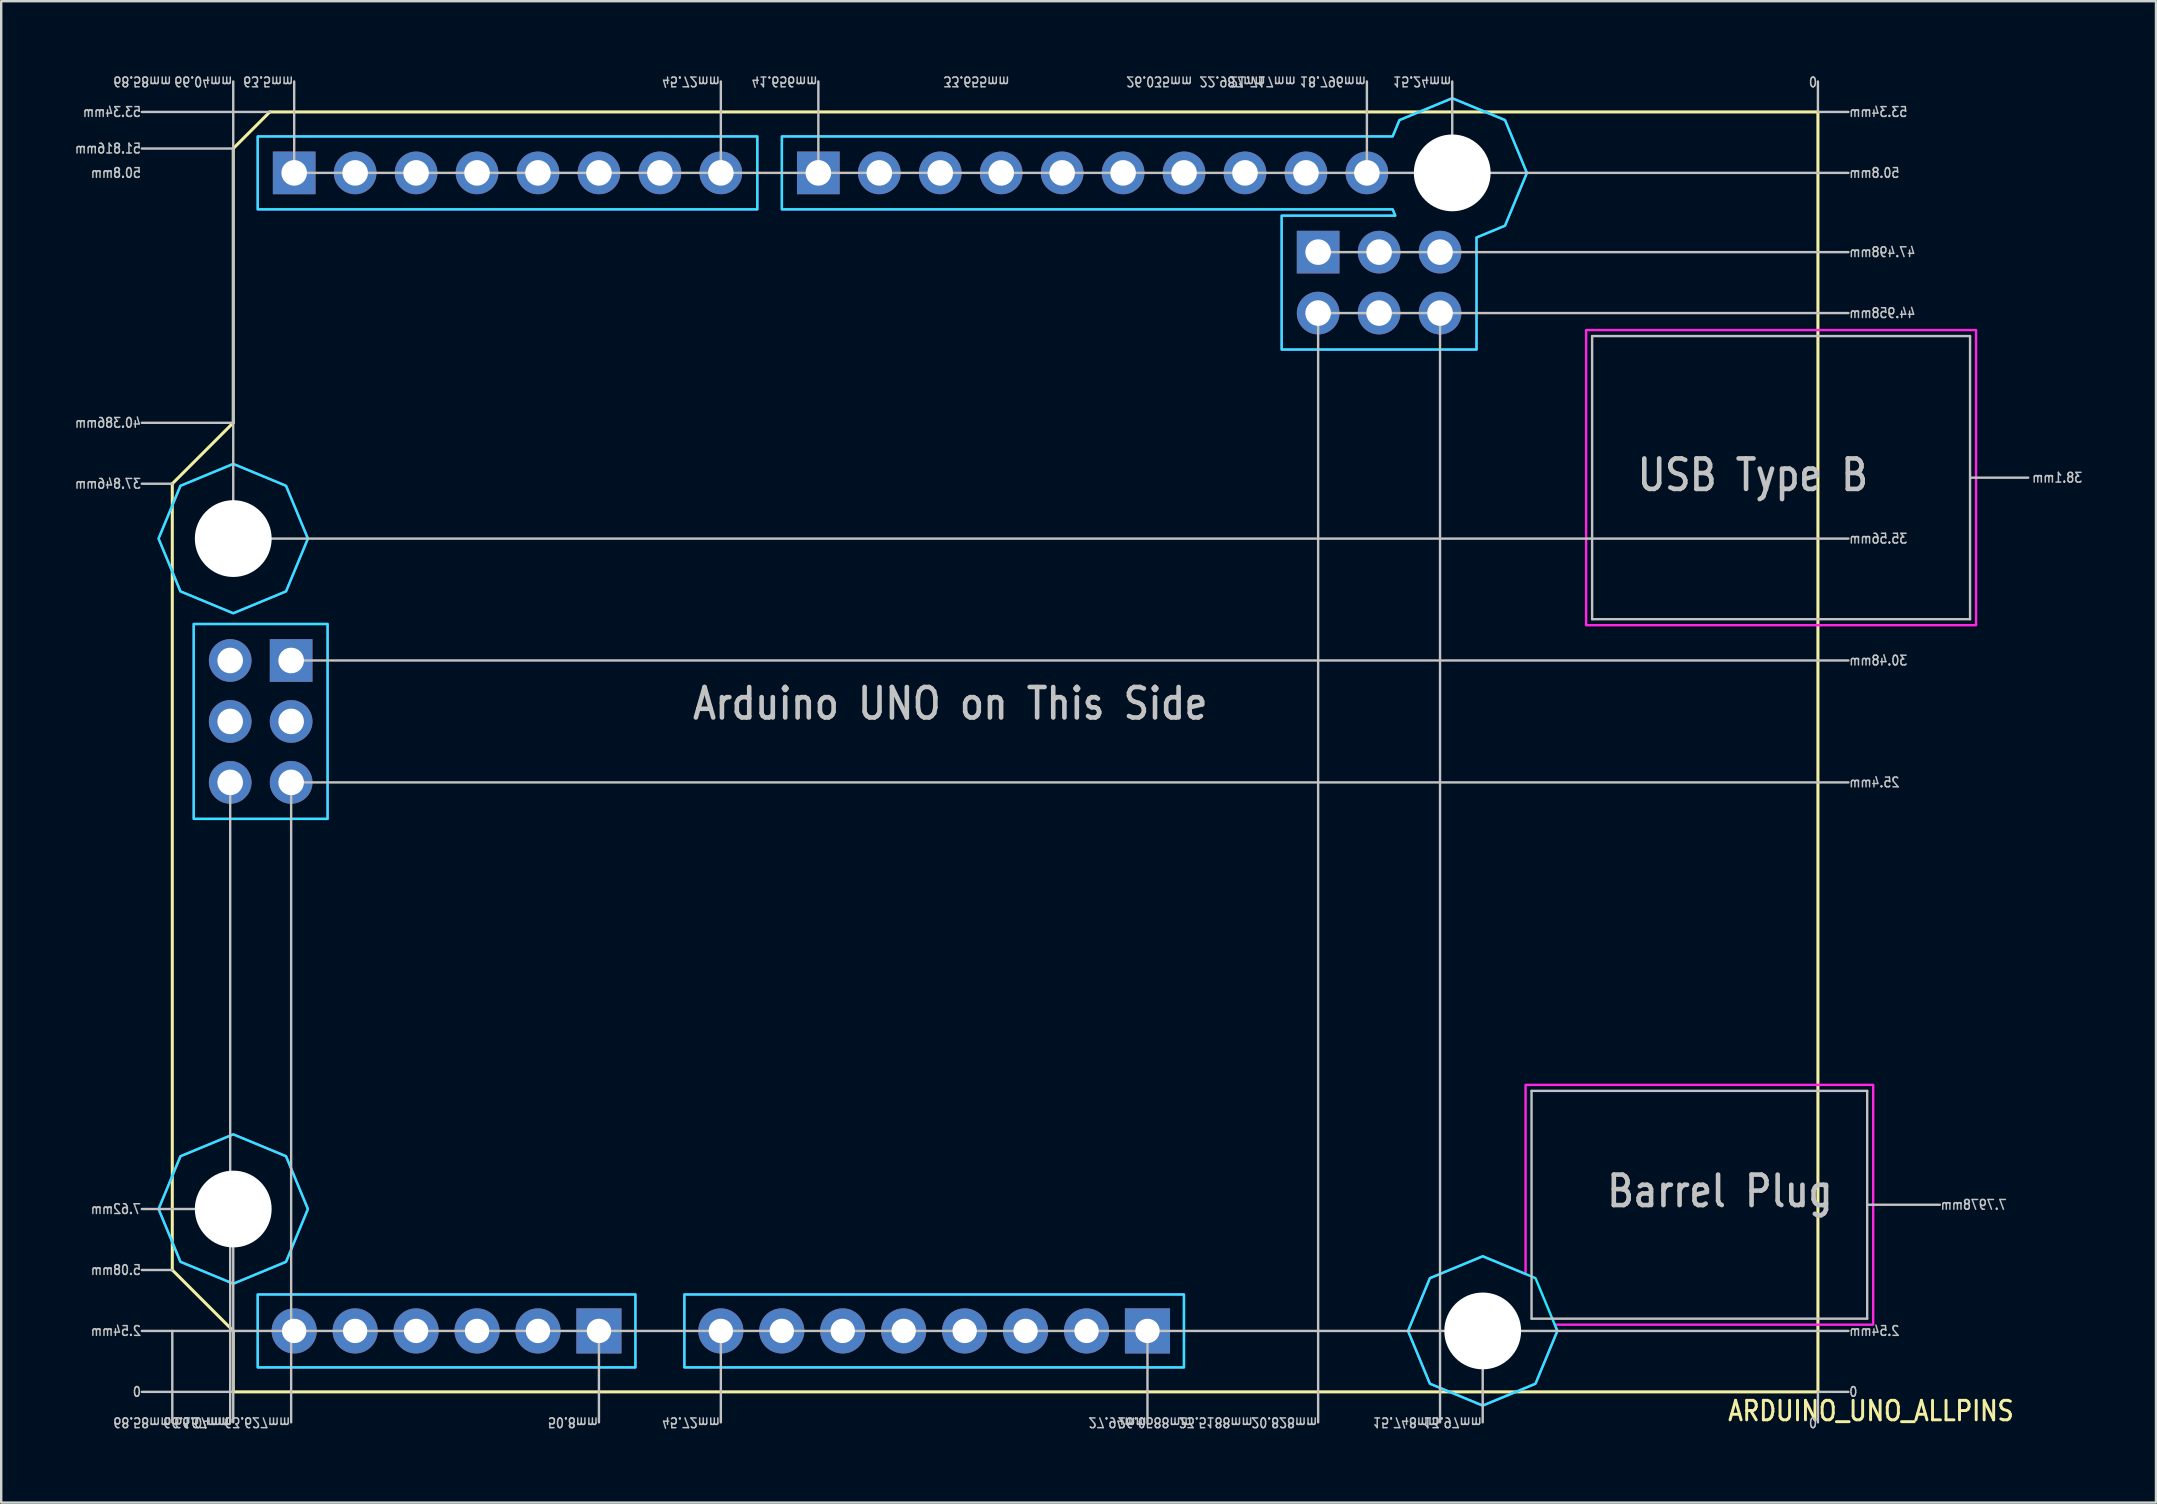
<source format=kicad_pcb>
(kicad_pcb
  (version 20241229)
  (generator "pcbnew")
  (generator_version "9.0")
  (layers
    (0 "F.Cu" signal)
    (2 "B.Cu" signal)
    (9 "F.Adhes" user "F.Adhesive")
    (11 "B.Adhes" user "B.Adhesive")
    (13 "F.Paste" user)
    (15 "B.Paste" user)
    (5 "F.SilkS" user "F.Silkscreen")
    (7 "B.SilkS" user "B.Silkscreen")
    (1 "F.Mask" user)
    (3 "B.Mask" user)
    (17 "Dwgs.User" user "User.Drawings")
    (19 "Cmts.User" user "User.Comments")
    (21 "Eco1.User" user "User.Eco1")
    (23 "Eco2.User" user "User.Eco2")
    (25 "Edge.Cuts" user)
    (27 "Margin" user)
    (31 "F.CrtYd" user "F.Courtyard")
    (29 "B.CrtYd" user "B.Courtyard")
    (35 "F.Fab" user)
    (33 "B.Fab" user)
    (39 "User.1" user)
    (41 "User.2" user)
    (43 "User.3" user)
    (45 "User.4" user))
  (footprint "ARDUINO_UNO_ALLPINS"
    (layer "F.Cu")
    (at 72.71 54.955)
    (property "Reference" "ARDUINO_UNO_ALLPINS" (at -3.81 1.27 0) (unlocked yes) (layer "F.SilkS") (effects (font (size 0.813 0.695) (thickness 0.122)) (justify left bottom)))
    (fp_circle (center -66.04 -35.56) (end -63.19 -35.56) (stroke (width 0) (type solid)) (fill yes) (layer "F.Mask"))
    (fp_circle (center -66.04 -35.56) (end -63.19 -35.56) (stroke (width 0) (type solid)) (fill yes) (layer "F.Mask"))
    (fp_circle (center -66.04 -7.62) (end -63.19 -7.62) (stroke (width 0) (type solid)) (fill yes) (layer "F.Mask"))
    (fp_circle (center -66.04 -7.62) (end -63.19 -7.62) (stroke (width 0) (type solid)) (fill yes) (layer "F.Mask"))
    (fp_circle (center -15.24 -50.8) (end -12.39 -50.8) (stroke (width 0) (type solid)) (fill yes) (layer "F.Mask"))
    (fp_circle (center -15.24 -50.8) (end -12.39 -50.8) (stroke (width 0) (type solid)) (fill yes) (layer "F.Mask"))
    (fp_circle (center -13.97 -2.54) (end -11.12 -2.54) (stroke (width 0) (type solid)) (fill yes) (layer "F.Mask"))
    (fp_circle (center -13.97 -2.54) (end -11.12 -2.54) (stroke (width 0) (type solid)) (fill yes) (layer "F.Mask"))
    (fp_circle (center -66.04 -35.56) (end -63.19 -35.56) (stroke (width 0) (type solid)) (fill yes) (layer "B.Mask"))
    (fp_circle (center -66.04 -7.62) (end -63.19 -7.62) (stroke (width 0) (type solid)) (fill yes) (layer "B.Mask"))
    (fp_circle (center -15.24 -50.8) (end -12.39 -50.8) (stroke (width 0) (type solid)) (fill yes) (layer "B.Mask"))
    (fp_circle (center -13.97 -2.54) (end -11.12 -2.54) (stroke (width 0) (type solid)) (fill yes) (layer "B.Mask"))
    (fp_line (start -68.58 -37.846) (end -68.58 -5.08) (stroke (width 0.127) (type solid)) (layer "F.SilkS"))
    (fp_line (start -68.58 -5.08) (end -66.04 -2.54) (stroke (width 0.127) (type solid)) (layer "F.SilkS"))
    (fp_line (start -66.04 -51.816) (end -66.04 -40.386) (stroke (width 0.127) (type solid)) (layer "F.SilkS"))
    (fp_line (start -66.04 -40.386) (end -68.58 -37.846) (stroke (width 0.127) (type solid)) (layer "F.SilkS"))
    (fp_line (start -66.04 -2.54) (end -66.04 0) (stroke (width 0.127) (type solid)) (layer "F.SilkS"))
    (fp_line (start -66.04 0) (end 0 0) (stroke (width 0.127) (type solid)) (layer "F.SilkS"))
    (fp_line (start -64.516 -53.34) (end -66.04 -51.816) (stroke (width 0.127) (type solid)) (layer "F.SilkS"))
    (fp_line (start 0 -53.34) (end -64.516 -53.34) (stroke (width 0.127) (type solid)) (layer "F.SilkS"))
    (fp_line (start 0 0) (end 0 -53.34) (stroke (width 0.127) (type solid)) (layer "F.SilkS"))
    (fp_line (start -68.58 -37.846) (end -69.85 -37.846) (stroke (width 0.1) (type solid)) (layer "Dwgs.User"))
    (fp_line (start -68.58 -5.08) (end -69.85 -5.08) (stroke (width 0.1) (type solid)) (layer "Dwgs.User"))
    (fp_line (start -68.58 -2.54) (end -68.58 1.27) (stroke (width 0.1) (type solid)) (layer "Dwgs.User"))
    (fp_line (start -66.167 -25.4) (end -66.167 1.27) (stroke (width 0.1) (type solid)) (layer "Dwgs.User"))
    (fp_line (start -66.04 -51.816) (end -69.85 -51.816) (stroke (width 0.1) (type solid)) (layer "Dwgs.User"))
    (fp_line (start -66.04 -40.386) (end -69.85 -40.386) (stroke (width 0.1) (type solid)) (layer "Dwgs.User"))
    (fp_line (start -66.04 -35.56) (end -66.04 -54.61) (stroke (width 0.1) (type solid)) (layer "Dwgs.User"))
    (fp_line (start -66.04 -35.56) (end 1.27 -35.56) (stroke (width 0.1) (type solid)) (layer "Dwgs.User"))
    (fp_line (start -66.04 -7.62) (end -69.85 -7.62) (stroke (width 0.1) (type solid)) (layer "Dwgs.User"))
    (fp_line (start -66.04 0) (end -69.85 0) (stroke (width 0.1) (type solid)) (layer "Dwgs.User"))
    (fp_line (start -66.04 1.27) (end -66.04 -7.62) (stroke (width 0.1) (type solid)) (layer "Dwgs.User"))
    (fp_line (start -64.516 -53.34) (end -69.85 -53.34) (stroke (width 0.1) (type solid)) (layer "Dwgs.User"))
    (fp_line (start -63.627 -25.4) (end -63.627 1.27) (stroke (width 0.1) (type solid)) (layer "Dwgs.User"))
    (fp_line (start -63.627 -25.4) (end 1.27 -25.4) (stroke (width 0.1) (type solid)) (layer "Dwgs.User"))
    (fp_line (start -63.5 -50.8) (end -63.5 -54.61) (stroke (width 0.1) (type solid)) (layer "Dwgs.User"))
    (fp_line (start -63.5 -50.8) (end -45.72 -50.8) (stroke (width 0.1) (type solid)) (layer "Dwgs.User"))
    (fp_line (start -63.5 -30.48) (end 1.27 -30.48) (stroke (width 0.1) (type solid)) (layer "Dwgs.User"))
    (fp_line (start -50.8 -2.54) (end -50.8 1.27) (stroke (width 0.1) (type solid)) (layer "Dwgs.User"))
    (fp_line (start -45.72 -50.8) (end -45.72 -54.61) (stroke (width 0.1) (type solid)) (layer "Dwgs.User"))
    (fp_line (start -45.72 -50.8) (end -41.656 -50.8) (stroke (width 0.1) (type solid)) (layer "Dwgs.User"))
    (fp_line (start -45.72 -2.54) (end -45.72 1.27) (stroke (width 0.1) (type solid)) (layer "Dwgs.User"))
    (fp_line (start -41.656 -50.8) (end -41.656 -54.61) (stroke (width 0.1) (type solid)) (layer "Dwgs.User"))
    (fp_line (start -41.656 -50.8) (end -18.796 -50.8) (stroke (width 0.1) (type solid)) (layer "Dwgs.User"))
    (fp_line (start -27.94 -2.54) (end -27.94 1.27) (stroke (width 0.1) (type solid)) (layer "Dwgs.User"))
    (fp_line (start -20.828 -47.498) (end 1.27 -47.498) (stroke (width 0.1) (type solid)) (layer "Dwgs.User"))
    (fp_line (start -20.828 -44.958) (end -20.828 1.27) (stroke (width 0.1) (type solid)) (layer "Dwgs.User"))
    (fp_line (start -20.828 -44.958) (end -15.748 -44.958) (stroke (width 0.1) (type solid)) (layer "Dwgs.User"))
    (fp_line (start -18.796 -50.8) (end -18.796 -54.61) (stroke (width 0.1) (type solid)) (layer "Dwgs.User"))
    (fp_line (start -18.796 -50.8) (end -15.24 -50.8) (stroke (width 0.1) (type solid)) (layer "Dwgs.User"))
    (fp_line (start -15.748 -44.958) (end -15.748 1.27) (stroke (width 0.1) (type solid)) (layer "Dwgs.User"))
    (fp_line (start -15.748 -44.958) (end 1.27 -44.958) (stroke (width 0.1) (type solid)) (layer "Dwgs.User"))
    (fp_line (start -15.24 -50.8) (end -15.24 -54.61) (stroke (width 0.1) (type solid)) (layer "Dwgs.User"))
    (fp_line (start -15.24 -50.8) (end 1.27 -50.8) (stroke (width 0.1) (type solid)) (layer "Dwgs.User"))
    (fp_line (start -13.97 -2.54) (end -69.85 -2.54) (stroke (width 0.1) (type solid)) (layer "Dwgs.User"))
    (fp_line (start -13.97 -2.54) (end -13.97 1.27) (stroke (width 0.1) (type solid)) (layer "Dwgs.User"))
    (fp_line (start -13.97 -2.54) (end 1.27 -2.54) (stroke (width 0.1) (type solid)) (layer "Dwgs.User"))
    (fp_line (start -11.934 -12.544) (end -11.934 -3.052) (stroke (width 0.1) (type solid)) (layer "Dwgs.User"))
    (fp_line (start -11.934 -3.052) (end 2.053 -3.052) (stroke (width 0.1) (type solid)) (layer "Dwgs.User"))
    (fp_line (start -9.41 -44) (end 6.34 -44) (stroke (width 0.1) (type solid)) (layer "Dwgs.User"))
    (fp_line (start -9.41 -32.2) (end -9.41 -44) (stroke (width 0.1) (type solid)) (layer "Dwgs.User"))
    (fp_line (start 0 -53.34) (end 0 -54.61) (stroke (width 0.1) (type solid)) (layer "Dwgs.User"))
    (fp_line (start 0 -53.34) (end 1.27 -53.34) (stroke (width 0.1) (type solid)) (layer "Dwgs.User"))
    (fp_line (start 0 0) (end 0 1.27) (stroke (width 0.1) (type solid)) (layer "Dwgs.User"))
    (fp_line (start 0 0) (end 1.27 0) (stroke (width 0.1) (type solid)) (layer "Dwgs.User"))
    (fp_line (start 2.053 -12.544) (end -11.934 -12.544) (stroke (width 0.1) (type solid)) (layer "Dwgs.User"))
    (fp_line (start 2.053 -7.798) (end 5.08 -7.798) (stroke (width 0.1) (type solid)) (layer "Dwgs.User"))
    (fp_line (start 2.053 -3.052) (end 2.053 -12.544) (stroke (width 0.1) (type solid)) (layer "Dwgs.User"))
    (fp_line (start 6.34 -44) (end 6.34 -32.2) (stroke (width 0.1) (type solid)) (layer "Dwgs.User"))
    (fp_line (start 6.34 -32.2) (end -9.41 -32.2) (stroke (width 0.1) (type solid)) (layer "Dwgs.User"))
    (fp_line (start 6.35 -38.1) (end 8.763 -38.1) (stroke (width 0.1) (type solid)) (layer "Dwgs.User"))
    (fp_poly (pts (xy -62.107 -32) (xy -67.687 -32) (xy -67.687 -23.88) (xy -62.107 -23.88)) (stroke (width 0.1) (type solid)) (fill no) (layer "B.CrtYd"))
    (fp_poly (pts (xy -49.28 -4.06) (xy -65.02 -4.06) (xy -65.02 -1.02) (xy -49.28 -1.02)) (stroke (width 0.1) (type solid)) (fill no) (layer "B.CrtYd"))
    (fp_poly (pts (xy -44.2 -52.32) (xy -65.02 -52.32) (xy -65.02 -49.28) (xy -44.2 -49.28)) (stroke (width 0.1) (type solid)) (fill no) (layer "B.CrtYd"))
    (fp_poly (pts (xy -26.42 -4.06) (xy -47.24 -4.06) (xy -47.24 -1.02) (xy -26.42 -1.02)) (stroke (width 0.1) (type solid)) (fill no) (layer "B.CrtYd"))
    (fp_poly (pts (xy -69.152 -35.56) (xy -68.24 -37.76) (xy -66.04 -38.672) (xy -63.84 -37.76) (xy -62.928 -35.56) (xy -63.84 -33.36) (xy -66.04 -32.448) (xy -68.24 -33.36)) (stroke (width 0.1) (type solid)) (fill no) (layer "B.CrtYd"))
    (fp_poly (pts (xy -69.152 -7.62) (xy -68.24 -9.82) (xy -66.04 -10.732) (xy -63.84 -9.82) (xy -62.928 -7.62) (xy -63.84 -5.42) (xy -66.04 -4.508) (xy -68.24 -5.42)) (stroke (width 0.1) (type solid)) (fill no) (layer "B.CrtYd"))
    (fp_poly (pts (xy -17.082 -2.54) (xy -16.17 -4.74) (xy -13.97 -5.652) (xy -11.77 -4.74) (xy -10.858 -2.54) (xy -11.77 -0.34) (xy -13.97 0.572) (xy -16.17 -0.34)) (stroke (width 0.1) (type solid)) (fill no) (layer "B.CrtYd"))
    (fp_poly (pts (xy -17.722 -52.32) (xy -17.44 -53) (xy -15.24 -53.912) (xy -13.04 -53) (xy -12.128 -50.8) (xy -13.04 -48.6) (xy -14.228 -48.107) (xy -14.228 -43.438) (xy -22.348 -43.438) (xy -22.348 -49.018) (xy -17.614 -49.018) (xy -17.722 -49.28) (xy -43.176 -49.28) (xy -43.176 -52.32)) (stroke (width 0.1) (type solid)) (fill no) (layer "B.CrtYd"))
    (fp_poly (pts (xy -62.107 -32) (xy -67.687 -32) (xy -67.687 -23.88) (xy -62.107 -23.88)) (stroke (width 0.1) (type solid)) (fill no) (layer "F.CrtYd"))
    (fp_poly (pts (xy -49.28 -4.06) (xy -65.02 -4.06) (xy -65.02 -1.02) (xy -49.28 -1.02)) (stroke (width 0.1) (type solid)) (fill no) (layer "F.CrtYd"))
    (fp_poly (pts (xy -44.2 -52.32) (xy -65.02 -52.32) (xy -65.02 -49.28) (xy -44.2 -49.28)) (stroke (width 0.1) (type solid)) (fill no) (layer "F.CrtYd"))
    (fp_poly (pts (xy -26.42 -4.06) (xy -47.24 -4.06) (xy -47.24 -1.02) (xy -26.42 -1.02)) (stroke (width 0.1) (type solid)) (fill no) (layer "F.CrtYd"))
    (fp_poly (pts (xy 6.59 -44.25) (xy -9.66 -44.25) (xy -9.66 -31.95) (xy 6.59 -31.95)) (stroke (width 0.1) (type solid)) (fill no) (layer "F.CrtYd"))
    (fp_poly (pts (xy -69.152 -35.56) (xy -68.24 -37.76) (xy -66.04 -38.672) (xy -63.84 -37.76) (xy -62.928 -35.56) (xy -63.84 -33.36) (xy -66.04 -32.448) (xy -68.24 -33.36)) (stroke (width 0.1) (type solid)) (fill no) (layer "F.CrtYd"))
    (fp_poly (pts (xy -69.152 -7.62) (xy -68.24 -9.82) (xy -66.04 -10.732) (xy -63.84 -9.82) (xy -62.928 -7.62) (xy -63.84 -5.42) (xy -66.04 -4.508) (xy -68.24 -5.42)) (stroke (width 0.1) (type solid)) (fill no) (layer "F.CrtYd"))
    (fp_poly (pts (xy -17.082 -2.54) (xy -16.17 -4.74) (xy -13.97 -5.652) (xy -12.184 -4.912) (xy -12.184 -12.794) (xy 2.303 -12.794) (xy 2.303 -2.802) (xy -10.967 -2.802) (xy -10.858 -2.54) (xy -11.77 -0.34) (xy -13.97 0.572) (xy -16.17 -0.34)) (stroke (width 0.1) (type solid)) (fill no) (layer "F.CrtYd"))
    (fp_poly (pts (xy -17.722 -52.32) (xy -17.44 -53) (xy -15.24 -53.912) (xy -13.04 -53) (xy -12.128 -50.8) (xy -13.04 -48.6) (xy -14.228 -48.107) (xy -14.228 -43.438) (xy -22.348 -43.438) (xy -22.348 -49.018) (xy -17.614 -49.018) (xy -17.722 -49.28) (xy -43.176 -49.28) (xy -43.176 -52.32)) (stroke (width 0.1) (type solid)) (fill no) (layer "F.CrtYd"))
    (fp_text user "68.58mm" (at -68.58 1.27 180) (unlocked yes) (layer "Dwgs.User") (effects (font (size 0.406 0.347) (thickness 0.061)) (justify right mirror)))
    (fp_text user "18.796mm" (at -18.796 -54.61 180) (unlocked yes) (layer "Dwgs.User") (effects (font (size 0.406 0.347) (thickness 0.061)) (justify right mirror)))
    (fp_text user "38.1mm" (at 8.89 -38.1 0) (unlocked yes) (layer "Dwgs.User") (effects (font (size 0.406 0.347) (thickness 0.061)) (justify right mirror)))
    (fp_text user "66.04mm" (at -66.04 -54.61 180) (unlocked yes) (layer "Dwgs.User") (effects (font (size 0.406 0.347) (thickness 0.061)) (justify right mirror)))
    (fp_text user "0" (at 1.27 0 0) (unlocked yes) (layer "Dwgs.User") (effects (font (size 0.406 0.347) (thickness 0.061)) (justify right mirror)))
    (fp_text user "33.655mm" (at -33.655 -54.61 180) (unlocked yes) (layer "Dwgs.User") (effects (font (size 0.406 0.347) (thickness 0.061)) (justify right mirror)))
    (fp_text user "50.8mm" (at 1.27 -50.8 0) (unlocked yes) (layer "Dwgs.User") (effects (font (size 0.406 0.347) (thickness 0.061)) (justify right mirror)))
    (fp_text user "20.828mm" (at -20.828 1.27 180) (unlocked yes) (layer "Dwgs.User") (effects (font (size 0.406 0.347) (thickness 0.061)) (justify right mirror)))
    (fp_text user "0" (at 0 -54.61 180) (unlocked yes) (layer "Dwgs.User") (effects (font (size 0.406 0.347) (thickness 0.061)) (justify right mirror)))
    (fp_text user "41.656mm" (at -41.656 -54.61 180) (unlocked yes) (layer "Dwgs.User") (effects (font (size 0.406 0.347) (thickness 0.061)) (justify right mirror)))
    (fp_text user "47.498mm" (at 1.27 -47.498 0) (unlocked yes) (layer "Dwgs.User") (effects (font (size 0.406 0.347) (thickness 0.061)) (justify right mirror)))
    (fp_text user "0" (at 0 1.27 180) (unlocked yes) (layer "Dwgs.User") (effects (font (size 0.406 0.347) (thickness 0.061)) (justify right mirror)))
    (fp_text user "USB Type B" (at -7.62 -37.465 0) (unlocked yes) (layer "Dwgs.User") (effects (font (size 1.27 1.086) (thickness 0.191)) (justify left bottom)))
    (fp_text user "35.56mm" (at 1.27 -35.56 0) (unlocked yes) (layer "Dwgs.User") (effects (font (size 0.406 0.347) (thickness 0.061)) (justify right mirror)))
    (fp_text user "0" (at -69.85 0 0) (unlocked yes) (layer "Dwgs.User") (effects (font (size 0.406 0.347) (thickness 0.061)) (justify left mirror)))
    (fp_text user "23.5188mm" (at -23.519 1.27 180) (unlocked yes) (layer "Dwgs.User") (effects (font (size 0.406 0.347) (thickness 0.061)) (justify right mirror)))
    (fp_text user "Arduino UNO on This Side" (at -46.99 -27.94 0) (unlocked yes) (layer "Dwgs.User") (effects (font (size 1.27 1.086) (thickness 0.191)) (justify left bottom)))
    (fp_text user "2.54mm" (at -69.85 -2.54 0) (unlocked yes) (layer "Dwgs.User") (effects (font (size 0.406 0.347) (thickness 0.061)) (justify left mirror)))
    (fp_text user "25.4mm" (at 1.27 -25.4 0) (unlocked yes) (layer "Dwgs.User") (effects (font (size 0.406 0.347) (thickness 0.061)) (justify right mirror)))
    (fp_text user "50.8mm" (at -69.85 -50.8 0) (unlocked yes) (layer "Dwgs.User") (effects (font (size 0.406 0.347) (thickness 0.061)) (justify left mirror)))
    (fp_text user "50.8mm" (at -50.8 1.27 180) (unlocked yes) (layer "Dwgs.User") (effects (font (size 0.406 0.347) (thickness 0.061)) (justify right mirror)))
    (fp_text user "15.24mm" (at -15.24 -54.61 180) (unlocked yes) (layer "Dwgs.User") (effects (font (size 0.406 0.347) (thickness 0.061)) (justify right mirror)))
    (fp_text user "68.58mm" (at -68.58 -54.61 180) (unlocked yes) (layer "Dwgs.User") (effects (font (size 0.406 0.347) (thickness 0.061)) (justify right mirror)))
    (fp_text user "63.627mm" (at -63.627 1.27 180) (unlocked yes) (layer "Dwgs.User") (effects (font (size 0.406 0.347) (thickness 0.061)) (justify right mirror)))
    (fp_text user "26.035mm" (at -26.035 -54.61 180) (unlocked yes) (layer "Dwgs.User") (effects (font (size 0.406 0.347) (thickness 0.061)) (justify right mirror)))
    (fp_text user "5.08mm" (at -69.85 -5.08 0) (unlocked yes) (layer "Dwgs.User") (effects (font (size 0.406 0.347) (thickness 0.061)) (justify left mirror)))
    (fp_text user "15.748mm" (at -15.748 1.27 180) (unlocked yes) (layer "Dwgs.User") (effects (font (size 0.406 0.347) (thickness 0.061)) (justify right mirror)))
    (fp_text user "21.717mm" (at -21.717 -54.61 180) (unlocked yes) (layer "Dwgs.User") (effects (font (size 0.406 0.347) (thickness 0.061)) (justify right mirror)))
    (fp_text user "2.54mm" (at 1.27 -2.54 0) (unlocked yes) (layer "Dwgs.User") (effects (font (size 0.406 0.347) (thickness 0.061)) (justify right mirror)))
    (fp_text user "51.816mm" (at -69.85 -51.816 0) (unlocked yes) (layer "Dwgs.User") (effects (font (size 0.406 0.347) (thickness 0.061)) (justify left mirror)))
    (fp_text user "53.34mm" (at 1.27 -53.34 0) (unlocked yes) (layer "Dwgs.User") (effects (font (size 0.406 0.347) (thickness 0.061)) (justify right mirror)))
    (fp_text user "22.987mm" (at -22.987 -54.61 180) (unlocked yes) (layer "Dwgs.User") (effects (font (size 0.406 0.347) (thickness 0.061)) (justify right mirror)))
    (fp_text user "44.958mm" (at 1.27 -44.958 0) (unlocked yes) (layer "Dwgs.User") (effects (font (size 0.406 0.347) (thickness 0.061)) (justify right mirror)))
    (fp_text user "66.167mm" (at -66.167 1.27 180) (unlocked yes) (layer "Dwgs.User") (effects (font (size 0.406 0.347) (thickness 0.061)) (justify right mirror)))
    (fp_text user "Barrel Plug" (at -8.89 -7.62 0) (unlocked yes) (layer "Dwgs.User") (effects (font (size 1.27 1.086) (thickness 0.191)) (justify left bottom)))
    (fp_text user "13.97mm" (at -13.97 1.27 180) (unlocked yes) (layer "Dwgs.User") (effects (font (size 0.406 0.347) (thickness 0.061)) (justify right mirror)))
    (fp_text user "40.386mm" (at -69.85 -40.386 0) (unlocked yes) (layer "Dwgs.User") (effects (font (size 0.406 0.347) (thickness 0.061)) (justify left mirror)))
    (fp_text user "37.846mm" (at -69.85 -37.846 0) (unlocked yes) (layer "Dwgs.User") (effects (font (size 0.406 0.347) (thickness 0.061)) (justify left mirror)))
    (fp_text user "30.48mm" (at 1.27 -30.48 0) (unlocked yes) (layer "Dwgs.User") (effects (font (size 0.406 0.347) (thickness 0.061)) (justify right mirror)))
    (fp_text user "53.34mm" (at -69.85 -53.34 0) (unlocked yes) (layer "Dwgs.User") (effects (font (size 0.406 0.347) (thickness 0.061)) (justify left mirror)))
    (fp_text user "26.0588mm" (at -26.059 1.27 180) (unlocked yes) (layer "Dwgs.User") (effects (font (size 0.406 0.347) (thickness 0.061)) (justify right mirror)))
    (fp_text user "45.72mm" (at -45.72 1.27 180) (unlocked yes) (layer "Dwgs.User") (effects (font (size 0.406 0.347) (thickness 0.061)) (justify right mirror)))
    (fp_text user "7.7978mm" (at 5.08 -7.798 0) (unlocked yes) (layer "Dwgs.User") (effects (font (size 0.406 0.347) (thickness 0.061)) (justify right mirror)))
    (fp_text user "7.62mm" (at -69.85 -7.62 0) (unlocked yes) (layer "Dwgs.User") (effects (font (size 0.406 0.347) (thickness 0.061)) (justify left mirror)))
    (fp_text user "45.72mm" (at -45.72 -54.61 180) (unlocked yes) (layer "Dwgs.User") (effects (font (size 0.406 0.347) (thickness 0.061)) (justify right mirror)))
    (fp_text user "27.94mm" (at -27.94 1.27 180) (unlocked yes) (layer "Dwgs.User") (effects (font (size 0.406 0.347) (thickness 0.061)) (justify right mirror)))
    (fp_text user "66.04mm" (at -66.04 1.27 180) (unlocked yes) (layer "Dwgs.User") (effects (font (size 0.406 0.347) (thickness 0.061)) (justify right mirror)))
    (fp_text user "63.5mm" (at -63.5 -54.61 180) (unlocked yes) (layer "Dwgs.User") (effects (font (size 0.406 0.347) (thickness 0.061)) (justify right mirror)))
    (pad "" np_thru_hole circle (at -66.04 -35.56) (size 3.2 3.2) (drill 3.2) (layers "*.Cu" "*.Mask"))
    (pad "" np_thru_hole circle (at -66.04 -7.62) (size 3.2 3.2) (drill 3.2) (layers "*.Cu" "*.Mask"))
    (pad "" np_thru_hole circle (at -15.24 -50.8) (size 3.2 3.2) (drill 3.2) (layers "*.Cu" "*.Mask"))
    (pad "" np_thru_hole circle (at -13.97 -2.54) (size 3.2 3.2) (drill 3.2) (layers "*.Cu" "*.Mask"))
    (pad "0" thru_hole rect (at -63.5 -50.8 270) (size 1.778 1.778) (drill 1.067) (layers "*.Cu" "*.Mask"))
    (pad "1" thru_hole oval (at -60.96 -50.8 270) (size 1.778 1.778) (drill 1.067) (layers "*.Cu" "*.Mask"))
    (pad "2" thru_hole oval (at -58.42 -50.8 270) (size 1.778 1.778) (drill 1.067) (layers "*.Cu" "*.Mask"))
    (pad "3" thru_hole oval (at -55.88 -50.8 270) (size 1.778 1.778) (drill 1.067) (layers "*.Cu" "*.Mask"))
    (pad "3V3" thru_hole oval (at -35.56 -2.54 90) (size 1.88 1.88) (drill 1.016) (layers "*.Cu" "*.Mask"))
    (pad "4" thru_hole oval (at -53.34 -50.8 270) (size 1.778 1.778) (drill 1.067) (layers "*.Cu" "*.Mask"))
    (pad "5" thru_hole oval (at -50.8 -50.8 270) (size 1.778 1.778) (drill 1.067) (layers "*.Cu" "*.Mask"))
    (pad "5V0" thru_hole oval (at -38.1 -2.54 90) (size 1.88 1.88) (drill 1.016) (layers "*.Cu" "*.Mask"))
    (pad "5V_1" thru_hole oval (at -20.828 -44.958 270) (size 1.778 1.778) (drill 1.067) (layers "*.Cu" "*.Mask"))
    (pad "5V_2" thru_hole oval (at -66.167 -30.48 180) (size 1.778 1.778) (drill 1.067) (layers "*.Cu" "*.Mask"))
    (pad "6" thru_hole oval (at -48.26 -50.8 270) (size 1.778 1.778) (drill 1.067) (layers "*.Cu" "*.Mask"))
    (pad "7" thru_hole oval (at -45.72 -50.8 270) (size 1.778 1.778) (drill 1.067) (layers "*.Cu" "*.Mask"))
    (pad "8" thru_hole rect (at -41.656 -50.8 270) (size 1.778 1.778) (drill 1.067) (layers "*.Cu" "*.Mask"))
    (pad "9" thru_hole oval (at -39.116 -50.8 270) (size 1.778 1.778) (drill 1.067) (layers "*.Cu" "*.Mask"))
    (pad "10" thru_hole oval (at -36.576 -50.8 270) (size 1.778 1.778) (drill 1.067) (layers "*.Cu" "*.Mask"))
    (pad "11" thru_hole oval (at -34.036 -50.8 270) (size 1.778 1.778) (drill 1.067) (layers "*.Cu" "*.Mask"))
    (pad "12" thru_hole oval (at -31.496 -50.8 270) (size 1.778 1.778) (drill 1.067) (layers "*.Cu" "*.Mask"))
    (pad "13" thru_hole oval (at -28.956 -50.8 270) (size 1.778 1.778) (drill 1.067) (layers "*.Cu" "*.Mask"))
    (pad "A0" thru_hole rect (at -50.8 -2.54 90) (size 1.88 1.88) (drill 1.016) (layers "*.Cu" "*.Mask"))
    (pad "A1" thru_hole oval (at -53.34 -2.54 90) (size 1.88 1.88) (drill 1.016) (layers "*.Cu" "*.Mask"))
    (pad "A2" thru_hole oval (at -55.88 -2.54 90) (size 1.88 1.88) (drill 1.016) (layers "*.Cu" "*.Mask"))
    (pad "A3" thru_hole oval (at -58.42 -2.54 90) (size 1.88 1.88) (drill 1.016) (layers "*.Cu" "*.Mask"))
    (pad "A4" thru_hole oval (at -60.96 -2.54 90) (size 1.88 1.88) (drill 1.016) (layers "*.Cu" "*.Mask"))
    (pad "A5" thru_hole oval (at -63.5 -2.54 90) (size 1.88 1.88) (drill 1.016) (layers "*.Cu" "*.Mask"))
    (pad "AREF" thru_hole oval (at -23.876 -50.8 270) (size 1.778 1.778) (drill 1.067) (layers "*.Cu" "*.Mask"))
    (pad "GND" thru_hole oval (at -40.64 -2.54 90) (size 1.88 1.88) (drill 1.016) (layers "*.Cu" "*.Mask"))
    (pad "GND_1" thru_hole oval (at -43.18 -2.54 90) (size 1.88 1.88) (drill 1.016) (layers "*.Cu" "*.Mask"))
    (pad "GND_2" thru_hole oval (at -15.748 -44.958 270) (size 1.778 1.778) (drill 1.067) (layers "*.Cu" "*.Mask"))
    (pad "GND_4" thru_hole oval (at -26.416 -50.8 270) (size 1.778 1.778) (drill 1.067) (layers "*.Cu" "*.Mask"))
    (pad "GND_5" thru_hole oval (at -66.167 -25.4 180) (size 1.778 1.778) (drill 1.067) (layers "*.Cu" "*.Mask"))
    (pad "IOREF" thru_hole oval (at -30.48 -2.54 90) (size 1.88 1.88) (drill 1.016) (layers "*.Cu" "*.Mask"))
    (pad "MASTER_RESET_SPI" thru_hole oval (at -63.627 -25.4 180) (size 1.778 1.778) (drill 1.067) (layers "*.Cu" "*.Mask"))
    (pad "MISO" thru_hole rect (at -63.627 -30.48 180) (size 1.778 1.778) (drill 1.067) (layers "*.Cu" "*.Mask"))
    (pad "MISO2" thru_hole rect (at -20.828 -47.498 270) (size 1.778 1.778) (drill 1.067) (layers "*.Cu" "*.Mask"))
    (pad "MOSI" thru_hole oval (at -66.167 -27.94 180) (size 1.778 1.778) (drill 1.067) (layers "*.Cu" "*.Mask"))
    (pad "MOSI2" thru_hole oval (at -18.288 -44.958 270) (size 1.778 1.778) (drill 1.067) (layers "*.Cu" "*.Mask"))
    (pad "NC_2" thru_hole rect (at -27.94 -2.54 90) (size 1.88 1.88) (drill 1.016) (layers "*.Cu" "*.Mask"))
    (pad "RESET" thru_hole oval (at -33.02 -2.54 90) (size 1.88 1.88) (drill 1.016) (layers "*.Cu" "*.Mask"))
    (pad "RESET2" thru_hole oval (at -15.748 -47.498 270) (size 1.778 1.778) (drill 1.067) (layers "*.Cu" "*.Mask"))
    (pad "SCL" thru_hole oval (at -18.796 -50.8 270) (size 1.778 1.778) (drill 1.067) (layers "*.Cu" "*.Mask"))
    (pad "SDA" thru_hole oval (at -21.336 -50.8 270) (size 1.778 1.778) (drill 1.067) (layers "*.Cu" "*.Mask"))
    (pad "SPCK" thru_hole oval (at -63.627 -27.94 180) (size 1.778 1.778) (drill 1.067) (layers "*.Cu" "*.Mask"))
    (pad "SPCK2" thru_hole oval (at -18.288 -47.498 270) (size 1.778 1.778) (drill 1.067) (layers "*.Cu" "*.Mask"))
    (pad "VIN" thru_hole oval (at -45.72 -2.54 90) (size 1.88 1.88) (drill 1.016) (layers "*.Cu" "*.Mask")))
  (gr_rect
    (start -3 -3)
    (end 86.798 59.569)
    (stroke (width 0.1) (type default))
    (fill no)
    (layer "Edge.Cuts")))
</source>
